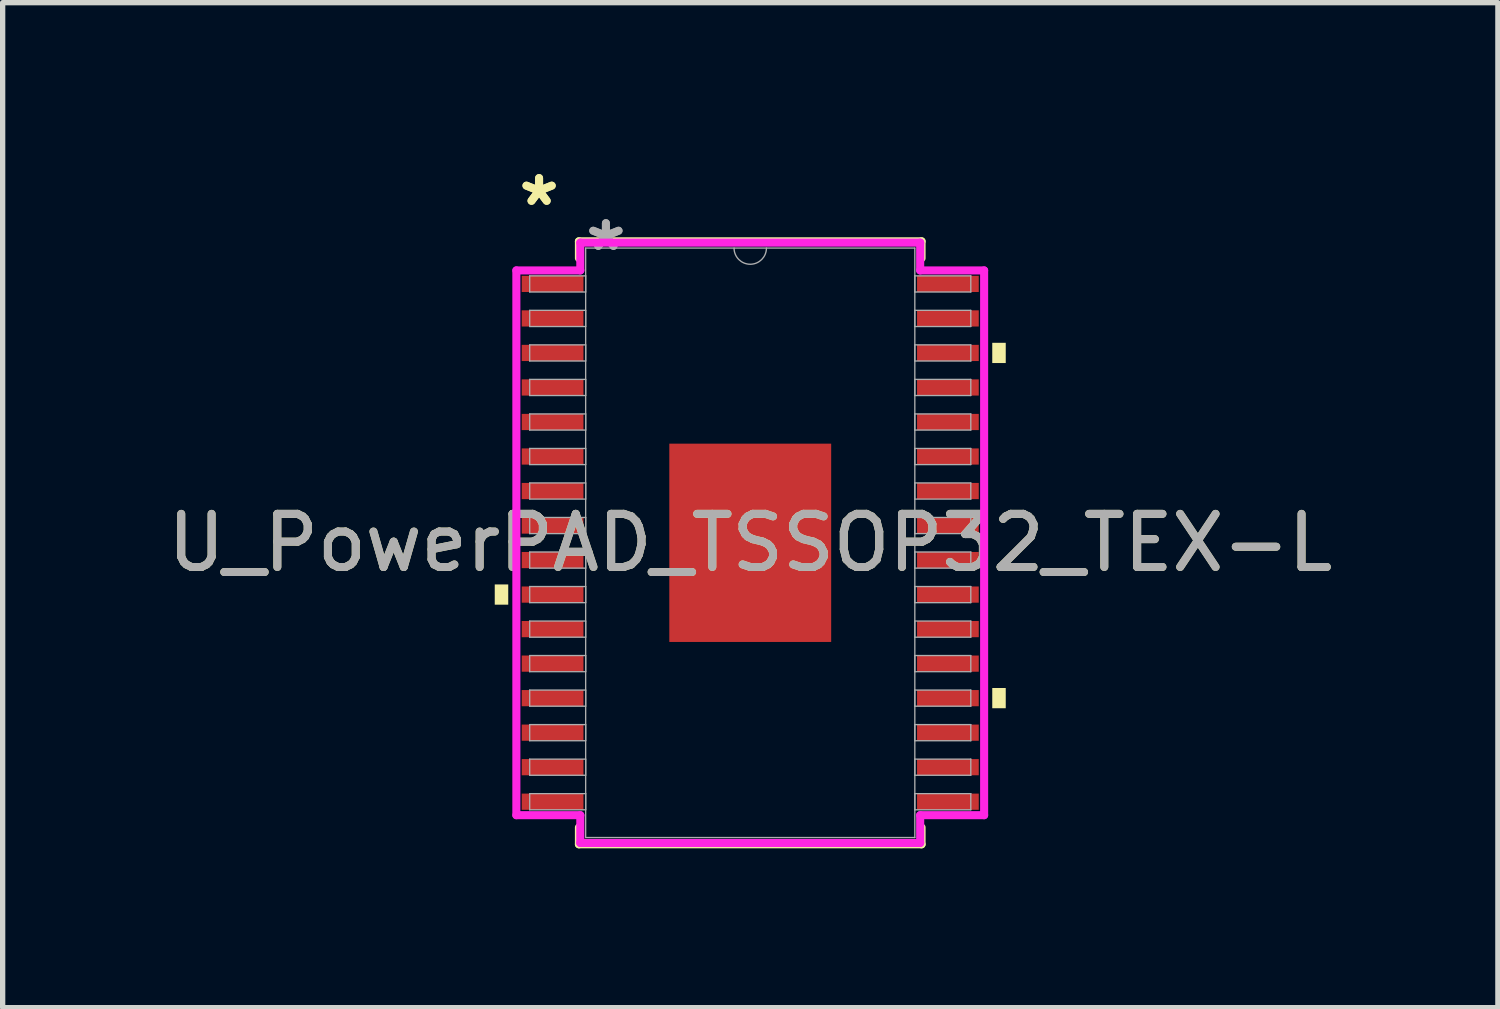
<source format=kicad_pcb>
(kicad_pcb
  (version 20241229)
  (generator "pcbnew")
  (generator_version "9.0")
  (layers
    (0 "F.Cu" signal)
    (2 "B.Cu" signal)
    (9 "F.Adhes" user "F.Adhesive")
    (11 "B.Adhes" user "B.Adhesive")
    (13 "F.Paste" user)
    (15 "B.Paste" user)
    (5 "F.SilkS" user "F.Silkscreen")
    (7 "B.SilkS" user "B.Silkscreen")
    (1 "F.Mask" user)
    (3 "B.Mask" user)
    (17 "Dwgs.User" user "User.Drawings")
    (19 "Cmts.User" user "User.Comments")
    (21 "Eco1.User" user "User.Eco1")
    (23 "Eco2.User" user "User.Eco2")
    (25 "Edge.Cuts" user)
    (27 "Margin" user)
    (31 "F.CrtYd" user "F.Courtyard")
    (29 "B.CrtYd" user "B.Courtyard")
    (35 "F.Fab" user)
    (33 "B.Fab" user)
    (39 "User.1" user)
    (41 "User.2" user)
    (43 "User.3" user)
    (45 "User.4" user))
  (footprint "U_PowerPAD_TSSOP32_TEX-L"
    (layer "F.Cu")
    (at 11.077 7.171)
    (property "Reference" "U_PowerPAD_TSSOP32_TEX-L" (at 0 0 0) (unlocked yes) (layer "F.SilkS") (effects (font (size 1 1) (thickness 0.15))))
    (attr smd)
    (fp_line (start -3.226 -5.677) (end -3.226 -5.36) (stroke (width 0.152) (type solid)) (layer "F.SilkS"))
    (fp_line (start -3.226 5.36) (end -3.226 5.677) (stroke (width 0.152) (type solid)) (layer "F.SilkS"))
    (fp_line (start -3.226 5.677) (end 3.226 5.677) (stroke (width 0.152) (type solid)) (layer "F.SilkS"))
    (fp_line (start 3.226 -5.677) (end -3.226 -5.677) (stroke (width 0.152) (type solid)) (layer "F.SilkS"))
    (fp_line (start 3.226 -5.36) (end 3.226 -5.677) (stroke (width 0.152) (type solid)) (layer "F.SilkS"))
    (fp_line (start 3.226 5.677) (end 3.226 5.36) (stroke (width 0.152) (type solid)) (layer "F.SilkS"))
    (fp_poly (pts (xy -4.811 0.784) (xy -4.811 1.165) (xy -4.557 1.165) (xy -4.557 0.784)) (stroke (width 0) (type solid)) (fill yes) (layer "F.SilkS"))
    (fp_poly (pts (xy 4.811 -3.766) (xy 4.811 -3.385) (xy 4.557 -3.385) (xy 4.557 -3.766)) (stroke (width 0) (type solid)) (fill yes) (layer "F.SilkS"))
    (fp_poly (pts (xy 4.811 2.734) (xy 4.811 3.115) (xy 4.557 3.115) (xy 4.557 2.734)) (stroke (width 0) (type solid)) (fill yes) (layer "F.SilkS"))
    (fp_poly (pts (xy -1.424 -1.767) (xy -1.424 -0.1) (xy -0.1 -0.1) (xy -0.1 -1.767)) (stroke (width 0) (type solid)) (fill yes) (layer "F.Paste"))
    (fp_poly (pts (xy -1.424 0.1) (xy -1.424 1.767) (xy -0.1 1.767) (xy -0.1 0.1)) (stroke (width 0) (type solid)) (fill yes) (layer "F.Paste"))
    (fp_poly (pts (xy 0.1 -1.767) (xy 0.1 -0.1) (xy 1.424 -0.1) (xy 1.424 -1.767)) (stroke (width 0) (type solid)) (fill yes) (layer "F.Paste"))
    (fp_poly (pts (xy 0.1 0.1) (xy 0.1 1.767) (xy 1.424 1.767) (xy 1.424 0.1)) (stroke (width 0) (type solid)) (fill yes) (layer "F.Paste"))
    (fp_line (start -4.404 -5.129) (end -3.2 -5.129) (stroke (width 0.152) (type solid)) (layer "F.CrtYd"))
    (fp_line (start -4.404 5.129) (end -4.404 -5.129) (stroke (width 0.152) (type solid)) (layer "F.CrtYd"))
    (fp_line (start -4.404 5.129) (end -3.2 5.129) (stroke (width 0.152) (type solid)) (layer "F.CrtYd"))
    (fp_line (start -3.2 -5.652) (end 3.2 -5.652) (stroke (width 0.152) (type solid)) (layer "F.CrtYd"))
    (fp_line (start -3.2 -5.129) (end -3.2 -5.652) (stroke (width 0.152) (type solid)) (layer "F.CrtYd"))
    (fp_line (start -3.2 5.652) (end -3.2 5.129) (stroke (width 0.152) (type solid)) (layer "F.CrtYd"))
    (fp_line (start 3.2 -5.652) (end 3.2 -5.129) (stroke (width 0.152) (type solid)) (layer "F.CrtYd"))
    (fp_line (start 3.2 5.129) (end 3.2 5.652) (stroke (width 0.152) (type solid)) (layer "F.CrtYd"))
    (fp_line (start 3.2 5.652) (end -3.2 5.652) (stroke (width 0.152) (type solid)) (layer "F.CrtYd"))
    (fp_line (start 4.404 -5.129) (end 3.2 -5.129) (stroke (width 0.152) (type solid)) (layer "F.CrtYd"))
    (fp_line (start 4.404 -5.129) (end 4.404 5.129) (stroke (width 0.152) (type solid)) (layer "F.CrtYd"))
    (fp_line (start 4.404 5.129) (end 3.2 5.129) (stroke (width 0.152) (type solid)) (layer "F.CrtYd"))
    (fp_line (start -4.153 -5.027) (end -4.153 -4.723) (stroke (width 0.025) (type solid)) (layer "F.Fab"))
    (fp_line (start -4.153 -4.723) (end -3.099 -4.723) (stroke (width 0.025) (type solid)) (layer "F.Fab"))
    (fp_line (start -4.153 -4.377) (end -4.153 -4.073) (stroke (width 0.025) (type solid)) (layer "F.Fab"))
    (fp_line (start -4.153 -4.073) (end -3.099 -4.073) (stroke (width 0.025) (type solid)) (layer "F.Fab"))
    (fp_line (start -4.153 -3.727) (end -4.153 -3.423) (stroke (width 0.025) (type solid)) (layer "F.Fab"))
    (fp_line (start -4.153 -3.423) (end -3.099 -3.423) (stroke (width 0.025) (type solid)) (layer "F.Fab"))
    (fp_line (start -4.153 -3.077) (end -4.153 -2.773) (stroke (width 0.025) (type solid)) (layer "F.Fab"))
    (fp_line (start -4.153 -2.773) (end -3.099 -2.773) (stroke (width 0.025) (type solid)) (layer "F.Fab"))
    (fp_line (start -4.153 -2.427) (end -4.153 -2.123) (stroke (width 0.025) (type solid)) (layer "F.Fab"))
    (fp_line (start -4.153 -2.123) (end -3.099 -2.123) (stroke (width 0.025) (type solid)) (layer "F.Fab"))
    (fp_line (start -4.153 -1.777) (end -4.153 -1.473) (stroke (width 0.025) (type solid)) (layer "F.Fab"))
    (fp_line (start -4.153 -1.473) (end -3.099 -1.473) (stroke (width 0.025) (type solid)) (layer "F.Fab"))
    (fp_line (start -4.153 -1.127) (end -4.153 -0.823) (stroke (width 0.025) (type solid)) (layer "F.Fab"))
    (fp_line (start -4.153 -0.823) (end -3.099 -0.823) (stroke (width 0.025) (type solid)) (layer "F.Fab"))
    (fp_line (start -4.153 -0.477) (end -4.153 -0.173) (stroke (width 0.025) (type solid)) (layer "F.Fab"))
    (fp_line (start -4.153 -0.173) (end -3.099 -0.173) (stroke (width 0.025) (type solid)) (layer "F.Fab"))
    (fp_line (start -4.153 0.173) (end -4.153 0.477) (stroke (width 0.025) (type solid)) (layer "F.Fab"))
    (fp_line (start -4.153 0.477) (end -3.099 0.477) (stroke (width 0.025) (type solid)) (layer "F.Fab"))
    (fp_line (start -4.153 0.823) (end -4.153 1.127) (stroke (width 0.025) (type solid)) (layer "F.Fab"))
    (fp_line (start -4.153 1.127) (end -3.099 1.127) (stroke (width 0.025) (type solid)) (layer "F.Fab"))
    (fp_line (start -4.153 1.473) (end -4.153 1.777) (stroke (width 0.025) (type solid)) (layer "F.Fab"))
    (fp_line (start -4.153 1.777) (end -3.099 1.777) (stroke (width 0.025) (type solid)) (layer "F.Fab"))
    (fp_line (start -4.153 2.123) (end -4.153 2.427) (stroke (width 0.025) (type solid)) (layer "F.Fab"))
    (fp_line (start -4.153 2.427) (end -3.099 2.427) (stroke (width 0.025) (type solid)) (layer "F.Fab"))
    (fp_line (start -4.153 2.773) (end -4.153 3.077) (stroke (width 0.025) (type solid)) (layer "F.Fab"))
    (fp_line (start -4.153 3.077) (end -3.099 3.077) (stroke (width 0.025) (type solid)) (layer "F.Fab"))
    (fp_line (start -4.153 3.423) (end -4.153 3.727) (stroke (width 0.025) (type solid)) (layer "F.Fab"))
    (fp_line (start -4.153 3.727) (end -3.099 3.727) (stroke (width 0.025) (type solid)) (layer "F.Fab"))
    (fp_line (start -4.153 4.073) (end -4.153 4.377) (stroke (width 0.025) (type solid)) (layer "F.Fab"))
    (fp_line (start -4.153 4.377) (end -3.099 4.377) (stroke (width 0.025) (type solid)) (layer "F.Fab"))
    (fp_line (start -4.153 4.723) (end -4.153 5.027) (stroke (width 0.025) (type solid)) (layer "F.Fab"))
    (fp_line (start -4.153 5.027) (end -3.099 5.027) (stroke (width 0.025) (type solid)) (layer "F.Fab"))
    (fp_line (start -3.099 -5.55) (end -3.099 5.55) (stroke (width 0.025) (type solid)) (layer "F.Fab"))
    (fp_line (start -3.099 -5.027) (end -4.153 -5.027) (stroke (width 0.025) (type solid)) (layer "F.Fab"))
    (fp_line (start -3.099 -4.723) (end -3.099 -5.027) (stroke (width 0.025) (type solid)) (layer "F.Fab"))
    (fp_line (start -3.099 -4.377) (end -4.153 -4.377) (stroke (width 0.025) (type solid)) (layer "F.Fab"))
    (fp_line (start -3.099 -4.073) (end -3.099 -4.377) (stroke (width 0.025) (type solid)) (layer "F.Fab"))
    (fp_line (start -3.099 -3.727) (end -4.153 -3.727) (stroke (width 0.025) (type solid)) (layer "F.Fab"))
    (fp_line (start -3.099 -3.423) (end -3.099 -3.727) (stroke (width 0.025) (type solid)) (layer "F.Fab"))
    (fp_line (start -3.099 -3.077) (end -4.153 -3.077) (stroke (width 0.025) (type solid)) (layer "F.Fab"))
    (fp_line (start -3.099 -2.773) (end -3.099 -3.077) (stroke (width 0.025) (type solid)) (layer "F.Fab"))
    (fp_line (start -3.099 -2.427) (end -4.153 -2.427) (stroke (width 0.025) (type solid)) (layer "F.Fab"))
    (fp_line (start -3.099 -2.123) (end -3.099 -2.427) (stroke (width 0.025) (type solid)) (layer "F.Fab"))
    (fp_line (start -3.099 -1.777) (end -4.153 -1.777) (stroke (width 0.025) (type solid)) (layer "F.Fab"))
    (fp_line (start -3.099 -1.473) (end -3.099 -1.777) (stroke (width 0.025) (type solid)) (layer "F.Fab"))
    (fp_line (start -3.099 -1.127) (end -4.153 -1.127) (stroke (width 0.025) (type solid)) (layer "F.Fab"))
    (fp_line (start -3.099 -0.823) (end -3.099 -1.127) (stroke (width 0.025) (type solid)) (layer "F.Fab"))
    (fp_line (start -3.099 -0.477) (end -4.153 -0.477) (stroke (width 0.025) (type solid)) (layer "F.Fab"))
    (fp_line (start -3.099 -0.173) (end -3.099 -0.477) (stroke (width 0.025) (type solid)) (layer "F.Fab"))
    (fp_line (start -3.099 0.173) (end -4.153 0.173) (stroke (width 0.025) (type solid)) (layer "F.Fab"))
    (fp_line (start -3.099 0.477) (end -3.099 0.173) (stroke (width 0.025) (type solid)) (layer "F.Fab"))
    (fp_line (start -3.099 0.823) (end -4.153 0.823) (stroke (width 0.025) (type solid)) (layer "F.Fab"))
    (fp_line (start -3.099 1.127) (end -3.099 0.823) (stroke (width 0.025) (type solid)) (layer "F.Fab"))
    (fp_line (start -3.099 1.473) (end -4.153 1.473) (stroke (width 0.025) (type solid)) (layer "F.Fab"))
    (fp_line (start -3.099 1.777) (end -3.099 1.473) (stroke (width 0.025) (type solid)) (layer "F.Fab"))
    (fp_line (start -3.099 2.123) (end -4.153 2.123) (stroke (width 0.025) (type solid)) (layer "F.Fab"))
    (fp_line (start -3.099 2.427) (end -3.099 2.123) (stroke (width 0.025) (type solid)) (layer "F.Fab"))
    (fp_line (start -3.099 2.773) (end -4.153 2.773) (stroke (width 0.025) (type solid)) (layer "F.Fab"))
    (fp_line (start -3.099 3.077) (end -3.099 2.773) (stroke (width 0.025) (type solid)) (layer "F.Fab"))
    (fp_line (start -3.099 3.423) (end -4.153 3.423) (stroke (width 0.025) (type solid)) (layer "F.Fab"))
    (fp_line (start -3.099 3.727) (end -3.099 3.423) (stroke (width 0.025) (type solid)) (layer "F.Fab"))
    (fp_line (start -3.099 4.073) (end -4.153 4.073) (stroke (width 0.025) (type solid)) (layer "F.Fab"))
    (fp_line (start -3.099 4.377) (end -3.099 4.073) (stroke (width 0.025) (type solid)) (layer "F.Fab"))
    (fp_line (start -3.099 4.723) (end -4.153 4.723) (stroke (width 0.025) (type solid)) (layer "F.Fab"))
    (fp_line (start -3.099 5.027) (end -3.099 4.723) (stroke (width 0.025) (type solid)) (layer "F.Fab"))
    (fp_line (start -3.099 5.55) (end 3.099 5.55) (stroke (width 0.025) (type solid)) (layer "F.Fab"))
    (fp_line (start 3.099 -5.55) (end -3.099 -5.55) (stroke (width 0.025) (type solid)) (layer "F.Fab"))
    (fp_line (start 3.099 -5.027) (end 3.099 -4.723) (stroke (width 0.025) (type solid)) (layer "F.Fab"))
    (fp_line (start 3.099 -4.723) (end 4.153 -4.723) (stroke (width 0.025) (type solid)) (layer "F.Fab"))
    (fp_line (start 3.099 -4.377) (end 3.099 -4.073) (stroke (width 0.025) (type solid)) (layer "F.Fab"))
    (fp_line (start 3.099 -4.073) (end 4.153 -4.073) (stroke (width 0.025) (type solid)) (layer "F.Fab"))
    (fp_line (start 3.099 -3.727) (end 3.099 -3.423) (stroke (width 0.025) (type solid)) (layer "F.Fab"))
    (fp_line (start 3.099 -3.423) (end 4.153 -3.423) (stroke (width 0.025) (type solid)) (layer "F.Fab"))
    (fp_line (start 3.099 -3.077) (end 3.099 -2.773) (stroke (width 0.025) (type solid)) (layer "F.Fab"))
    (fp_line (start 3.099 -2.773) (end 4.153 -2.773) (stroke (width 0.025) (type solid)) (layer "F.Fab"))
    (fp_line (start 3.099 -2.427) (end 3.099 -2.123) (stroke (width 0.025) (type solid)) (layer "F.Fab"))
    (fp_line (start 3.099 -2.123) (end 4.153 -2.123) (stroke (width 0.025) (type solid)) (layer "F.Fab"))
    (fp_line (start 3.099 -1.777) (end 3.099 -1.473) (stroke (width 0.025) (type solid)) (layer "F.Fab"))
    (fp_line (start 3.099 -1.473) (end 4.153 -1.473) (stroke (width 0.025) (type solid)) (layer "F.Fab"))
    (fp_line (start 3.099 -1.127) (end 3.099 -0.823) (stroke (width 0.025) (type solid)) (layer "F.Fab"))
    (fp_line (start 3.099 -0.823) (end 4.153 -0.823) (stroke (width 0.025) (type solid)) (layer "F.Fab"))
    (fp_line (start 3.099 -0.477) (end 3.099 -0.173) (stroke (width 0.025) (type solid)) (layer "F.Fab"))
    (fp_line (start 3.099 -0.173) (end 4.153 -0.173) (stroke (width 0.025) (type solid)) (layer "F.Fab"))
    (fp_line (start 3.099 0.173) (end 3.099 0.477) (stroke (width 0.025) (type solid)) (layer "F.Fab"))
    (fp_line (start 3.099 0.477) (end 4.153 0.477) (stroke (width 0.025) (type solid)) (layer "F.Fab"))
    (fp_line (start 3.099 0.823) (end 3.099 1.127) (stroke (width 0.025) (type solid)) (layer "F.Fab"))
    (fp_line (start 3.099 1.127) (end 4.153 1.127) (stroke (width 0.025) (type solid)) (layer "F.Fab"))
    (fp_line (start 3.099 1.473) (end 3.099 1.777) (stroke (width 0.025) (type solid)) (layer "F.Fab"))
    (fp_line (start 3.099 1.777) (end 4.153 1.777) (stroke (width 0.025) (type solid)) (layer "F.Fab"))
    (fp_line (start 3.099 2.123) (end 3.099 2.427) (stroke (width 0.025) (type solid)) (layer "F.Fab"))
    (fp_line (start 3.099 2.427) (end 4.153 2.427) (stroke (width 0.025) (type solid)) (layer "F.Fab"))
    (fp_line (start 3.099 2.773) (end 3.099 3.077) (stroke (width 0.025) (type solid)) (layer "F.Fab"))
    (fp_line (start 3.099 3.077) (end 4.153 3.077) (stroke (width 0.025) (type solid)) (layer "F.Fab"))
    (fp_line (start 3.099 3.423) (end 3.099 3.727) (stroke (width 0.025) (type solid)) (layer "F.Fab"))
    (fp_line (start 3.099 3.727) (end 4.153 3.727) (stroke (width 0.025) (type solid)) (layer "F.Fab"))
    (fp_line (start 3.099 4.073) (end 3.099 4.377) (stroke (width 0.025) (type solid)) (layer "F.Fab"))
    (fp_line (start 3.099 4.377) (end 4.153 4.377) (stroke (width 0.025) (type solid)) (layer "F.Fab"))
    (fp_line (start 3.099 4.723) (end 3.099 5.027) (stroke (width 0.025) (type solid)) (layer "F.Fab"))
    (fp_line (start 3.099 5.027) (end 4.153 5.027) (stroke (width 0.025) (type solid)) (layer "F.Fab"))
    (fp_line (start 3.099 5.55) (end 3.099 -5.55) (stroke (width 0.025) (type solid)) (layer "F.Fab"))
    (fp_line (start 4.153 -5.027) (end 3.099 -5.027) (stroke (width 0.025) (type solid)) (layer "F.Fab"))
    (fp_line (start 4.153 -4.723) (end 4.153 -5.027) (stroke (width 0.025) (type solid)) (layer "F.Fab"))
    (fp_line (start 4.153 -4.377) (end 3.099 -4.377) (stroke (width 0.025) (type solid)) (layer "F.Fab"))
    (fp_line (start 4.153 -4.073) (end 4.153 -4.377) (stroke (width 0.025) (type solid)) (layer "F.Fab"))
    (fp_line (start 4.153 -3.727) (end 3.099 -3.727) (stroke (width 0.025) (type solid)) (layer "F.Fab"))
    (fp_line (start 4.153 -3.423) (end 4.153 -3.727) (stroke (width 0.025) (type solid)) (layer "F.Fab"))
    (fp_line (start 4.153 -3.077) (end 3.099 -3.077) (stroke (width 0.025) (type solid)) (layer "F.Fab"))
    (fp_line (start 4.153 -2.773) (end 4.153 -3.077) (stroke (width 0.025) (type solid)) (layer "F.Fab"))
    (fp_line (start 4.153 -2.427) (end 3.099 -2.427) (stroke (width 0.025) (type solid)) (layer "F.Fab"))
    (fp_line (start 4.153 -2.123) (end 4.153 -2.427) (stroke (width 0.025) (type solid)) (layer "F.Fab"))
    (fp_line (start 4.153 -1.777) (end 3.099 -1.777) (stroke (width 0.025) (type solid)) (layer "F.Fab"))
    (fp_line (start 4.153 -1.473) (end 4.153 -1.777) (stroke (width 0.025) (type solid)) (layer "F.Fab"))
    (fp_line (start 4.153 -1.127) (end 3.099 -1.127) (stroke (width 0.025) (type solid)) (layer "F.Fab"))
    (fp_line (start 4.153 -0.823) (end 4.153 -1.127) (stroke (width 0.025) (type solid)) (layer "F.Fab"))
    (fp_line (start 4.153 -0.477) (end 3.099 -0.477) (stroke (width 0.025) (type solid)) (layer "F.Fab"))
    (fp_line (start 4.153 -0.173) (end 4.153 -0.477) (stroke (width 0.025) (type solid)) (layer "F.Fab"))
    (fp_line (start 4.153 0.173) (end 3.099 0.173) (stroke (width 0.025) (type solid)) (layer "F.Fab"))
    (fp_line (start 4.153 0.477) (end 4.153 0.173) (stroke (width 0.025) (type solid)) (layer "F.Fab"))
    (fp_line (start 4.153 0.823) (end 3.099 0.823) (stroke (width 0.025) (type solid)) (layer "F.Fab"))
    (fp_line (start 4.153 1.127) (end 4.153 0.823) (stroke (width 0.025) (type solid)) (layer "F.Fab"))
    (fp_line (start 4.153 1.473) (end 3.099 1.473) (stroke (width 0.025) (type solid)) (layer "F.Fab"))
    (fp_line (start 4.153 1.777) (end 4.153 1.473) (stroke (width 0.025) (type solid)) (layer "F.Fab"))
    (fp_line (start 4.153 2.123) (end 3.099 2.123) (stroke (width 0.025) (type solid)) (layer "F.Fab"))
    (fp_line (start 4.153 2.427) (end 4.153 2.123) (stroke (width 0.025) (type solid)) (layer "F.Fab"))
    (fp_line (start 4.153 2.773) (end 3.099 2.773) (stroke (width 0.025) (type solid)) (layer "F.Fab"))
    (fp_line (start 4.153 3.077) (end 4.153 2.773) (stroke (width 0.025) (type solid)) (layer "F.Fab"))
    (fp_line (start 4.153 3.423) (end 3.099 3.423) (stroke (width 0.025) (type solid)) (layer "F.Fab"))
    (fp_line (start 4.153 3.727) (end 4.153 3.423) (stroke (width 0.025) (type solid)) (layer "F.Fab"))
    (fp_line (start 4.153 4.073) (end 3.099 4.073) (stroke (width 0.025) (type solid)) (layer "F.Fab"))
    (fp_line (start 4.153 4.377) (end 4.153 4.073) (stroke (width 0.025) (type solid)) (layer "F.Fab"))
    (fp_line (start 4.153 4.723) (end 3.099 4.723) (stroke (width 0.025) (type solid)) (layer "F.Fab"))
    (fp_line (start 4.153 5.027) (end 4.153 4.723) (stroke (width 0.025) (type solid)) (layer "F.Fab"))
    (fp_arc (start 0.3048 -5.5499) (mid 0 -5.2451) (end -0.3048 -5.5499) (stroke (width 0.0254) (type solid)) (layer "F.Fab"))
    (fp_text user "*" (at -3.976 -6.323 0) (layer "F.SilkS") (effects (font (size 1 1) (thickness 0.15))))
    (fp_text user "*" (at -3.976 -6.323 0) (unlocked yes) (layer "F.SilkS") (effects (font (size 1 1) (thickness 0.15))))
    (fp_text user "*" (at -2.718 -5.474 0) (unlocked yes) (layer "F.Fab") (effects (font (size 1 1) (thickness 0.15))))
    (fp_text user "${REFERENCE}" (at 0 0 0) (unlocked yes) (layer "F.Fab") (effects (font (size 1 1) (thickness 0.15))))
    (fp_text user "*" (at -2.718 -5.474 0) (layer "F.Fab") (effects (font (size 1 1) (thickness 0.15))))
    (pad "1" smd rect (at -3.722 -4.875) (size 1.162 0.305) (layers "F.Cu" "F.Mask" "F.Paste"))
    (pad "2" smd rect (at -3.722 -4.225) (size 1.162 0.305) (layers "F.Cu" "F.Mask" "F.Paste"))
    (pad "3" smd rect (at -3.722 -3.575) (size 1.162 0.305) (layers "F.Cu" "F.Mask" "F.Paste"))
    (pad "4" smd rect (at -3.722 -2.925) (size 1.162 0.305) (layers "F.Cu" "F.Mask" "F.Paste"))
    (pad "5" smd rect (at -3.722 -2.275) (size 1.162 0.305) (layers "F.Cu" "F.Mask" "F.Paste"))
    (pad "6" smd rect (at -3.722 -1.625) (size 1.162 0.305) (layers "F.Cu" "F.Mask" "F.Paste"))
    (pad "7" smd rect (at -3.722 -0.975) (size 1.162 0.305) (layers "F.Cu" "F.Mask" "F.Paste"))
    (pad "8" smd rect (at -3.722 -0.325) (size 1.162 0.305) (layers "F.Cu" "F.Mask" "F.Paste"))
    (pad "9" smd rect (at -3.722 0.325) (size 1.162 0.305) (layers "F.Cu" "F.Mask" "F.Paste"))
    (pad "10" smd rect (at -3.722 0.975) (size 1.162 0.305) (layers "F.Cu" "F.Mask" "F.Paste"))
    (pad "11" smd rect (at -3.722 1.625) (size 1.162 0.305) (layers "F.Cu" "F.Mask" "F.Paste"))
    (pad "12" smd rect (at -3.722 2.275) (size 1.162 0.305) (layers "F.Cu" "F.Mask" "F.Paste"))
    (pad "13" smd rect (at -3.722 2.925) (size 1.162 0.305) (layers "F.Cu" "F.Mask" "F.Paste"))
    (pad "14" smd rect (at -3.722 3.575) (size 1.162 0.305) (layers "F.Cu" "F.Mask" "F.Paste"))
    (pad "15" smd rect (at -3.722 4.225) (size 1.162 0.305) (layers "F.Cu" "F.Mask" "F.Paste"))
    (pad "16" smd rect (at -3.722 4.875) (size 1.162 0.305) (layers "F.Cu" "F.Mask" "F.Paste"))
    (pad "17" smd rect (at 3.722 4.875) (size 1.162 0.305) (layers "F.Cu" "F.Mask" "F.Paste"))
    (pad "18" smd rect (at 3.722 4.225) (size 1.162 0.305) (layers "F.Cu" "F.Mask" "F.Paste"))
    (pad "19" smd rect (at 3.722 3.575) (size 1.162 0.305) (layers "F.Cu" "F.Mask" "F.Paste"))
    (pad "20" smd rect (at 3.722 2.925) (size 1.162 0.305) (layers "F.Cu" "F.Mask" "F.Paste"))
    (pad "21" smd rect (at 3.722 2.275) (size 1.162 0.305) (layers "F.Cu" "F.Mask" "F.Paste"))
    (pad "22" smd rect (at 3.722 1.625) (size 1.162 0.305) (layers "F.Cu" "F.Mask" "F.Paste"))
    (pad "23" smd rect (at 3.722 0.975) (size 1.162 0.305) (layers "F.Cu" "F.Mask" "F.Paste"))
    (pad "24" smd rect (at 3.722 0.325) (size 1.162 0.305) (layers "F.Cu" "F.Mask" "F.Paste"))
    (pad "25" smd rect (at 3.722 -0.325) (size 1.162 0.305) (layers "F.Cu" "F.Mask" "F.Paste"))
    (pad "26" smd rect (at 3.722 -0.975) (size 1.162 0.305) (layers "F.Cu" "F.Mask" "F.Paste"))
    (pad "27" smd rect (at 3.722 -1.625) (size 1.162 0.305) (layers "F.Cu" "F.Mask" "F.Paste"))
    (pad "28" smd rect (at 3.722 -2.275) (size 1.162 0.305) (layers "F.Cu" "F.Mask" "F.Paste"))
    (pad "29" smd rect (at 3.722 -2.925) (size 1.162 0.305) (layers "F.Cu" "F.Mask" "F.Paste"))
    (pad "30" smd rect (at 3.722 -3.575) (size 1.162 0.305) (layers "F.Cu" "F.Mask" "F.Paste"))
    (pad "31" smd rect (at 3.722 -4.225) (size 1.162 0.305) (layers "F.Cu" "F.Mask" "F.Paste"))
    (pad "32" smd rect (at 3.722 -4.875) (size 1.162 0.305) (layers "F.Cu" "F.Mask" "F.Paste"))
    (pad "EPAD" smd rect (at 0 0) (size 3.048 3.734) (layers "F.Cu" "F.Mask")))
  (gr_rect
    (start -3 -3)
    (end 25.155 15.924)
    (stroke (width 0.1) (type default))
    (fill no)
    (layer "Edge.Cuts")))
</source>
